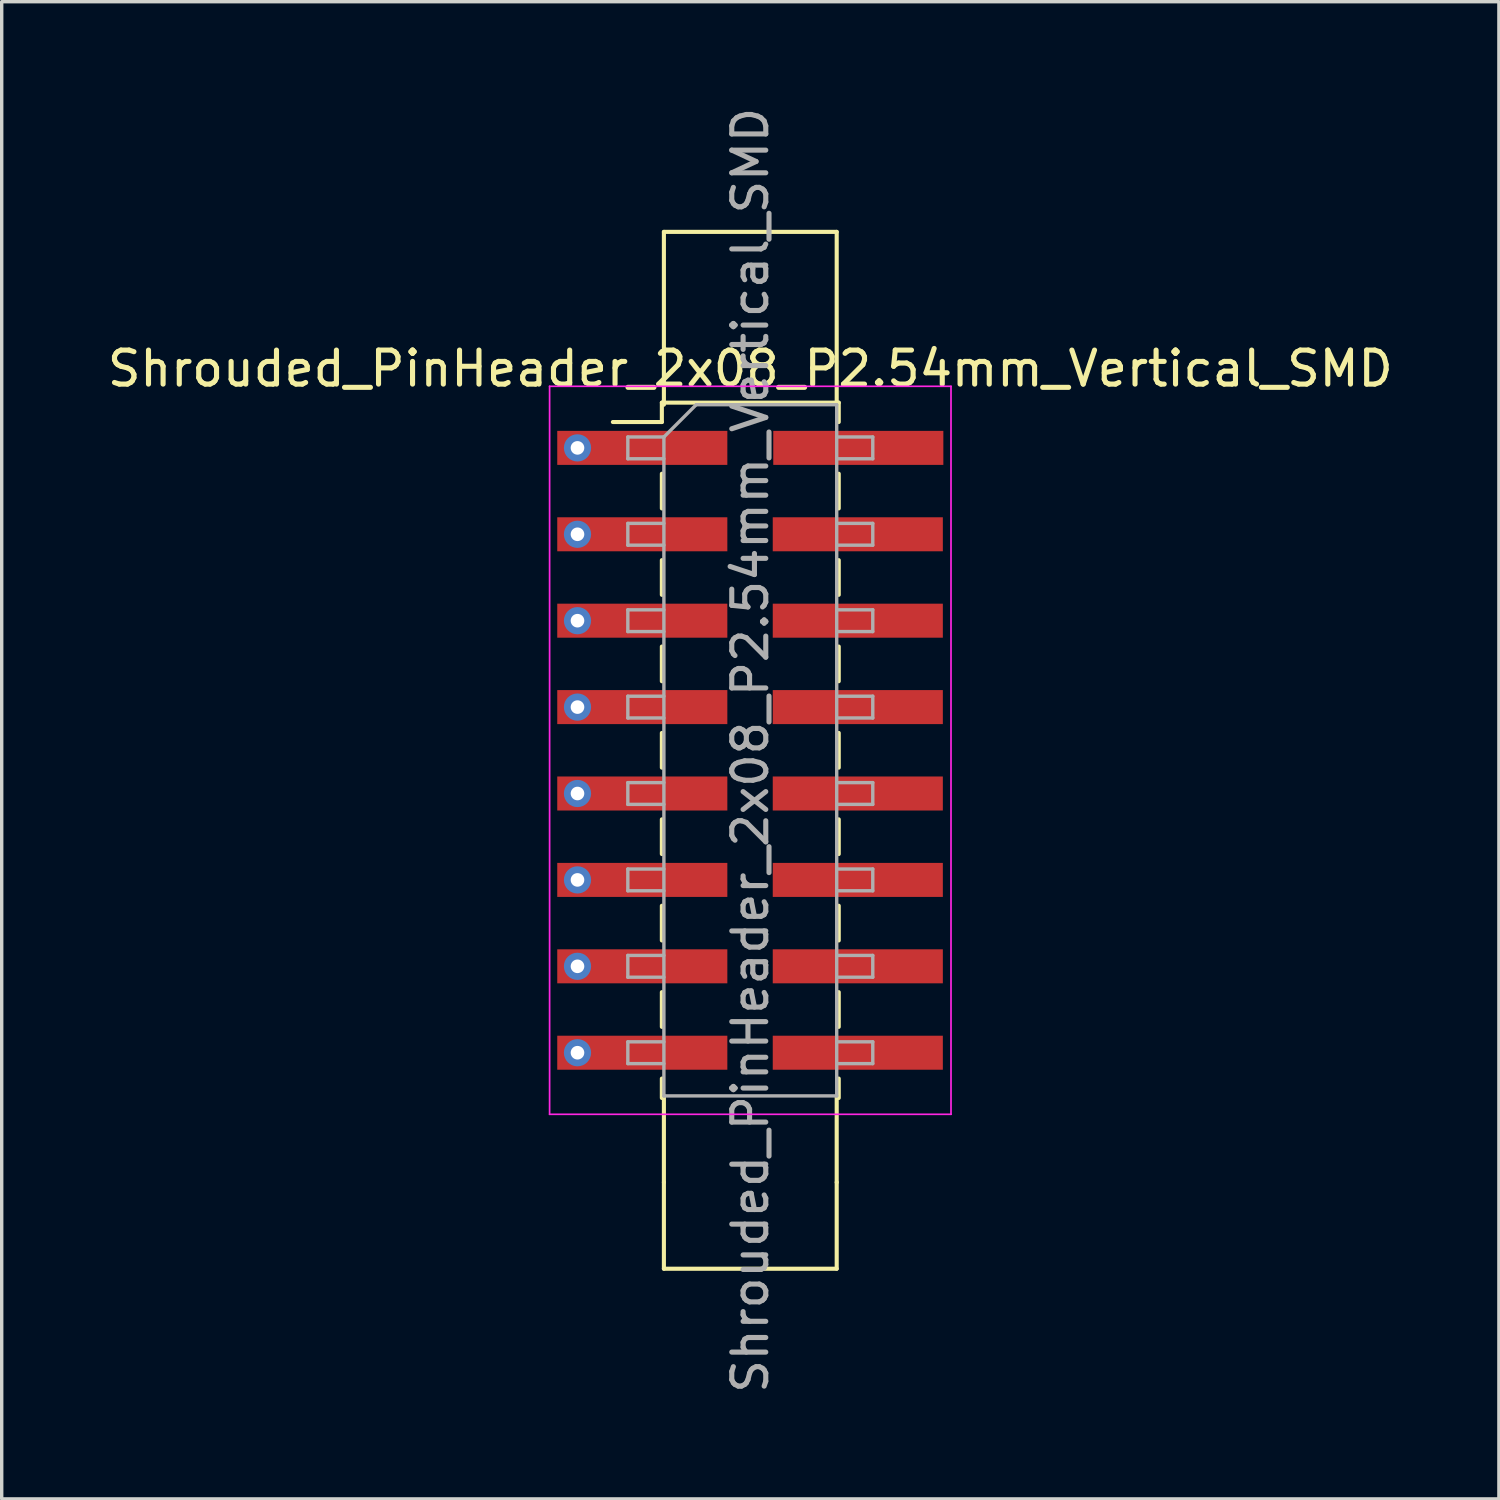
<source format=kicad_pcb>
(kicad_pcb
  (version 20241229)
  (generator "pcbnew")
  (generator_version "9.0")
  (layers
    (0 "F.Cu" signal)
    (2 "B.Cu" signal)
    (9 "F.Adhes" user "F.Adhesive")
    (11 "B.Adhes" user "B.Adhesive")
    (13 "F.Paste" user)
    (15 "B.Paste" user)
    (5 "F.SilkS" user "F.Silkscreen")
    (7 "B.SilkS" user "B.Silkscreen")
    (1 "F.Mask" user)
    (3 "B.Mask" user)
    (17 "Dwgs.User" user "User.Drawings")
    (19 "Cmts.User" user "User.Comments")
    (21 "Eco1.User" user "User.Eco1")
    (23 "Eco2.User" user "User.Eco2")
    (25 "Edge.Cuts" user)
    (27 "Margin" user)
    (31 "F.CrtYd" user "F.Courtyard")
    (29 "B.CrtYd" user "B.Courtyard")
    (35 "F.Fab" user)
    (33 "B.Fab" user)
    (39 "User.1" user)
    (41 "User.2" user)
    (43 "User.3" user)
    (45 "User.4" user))
  (footprint "Shrouded_PinHeader_2x08_P2.54mm_Vertical_SMD"
    (layer "F.Cu")
    (at 19.006 19.006)
    (property "Reference" "Shrouded_PinHeader_2x08_P2.54mm_Vertical_SMD" (at 0 -11.22 0) (layer "F.SilkS") (effects (font (size 1 1) (thickness 0.15))))
    (attr smd)
    (fp_line (start -4.04 -9.65) (end -2.6 -9.65) (stroke (width 0.12) (type solid)) (layer "F.SilkS"))
    (fp_line (start -2.6 -10.22) (end -2.6 -9.65) (stroke (width 0.12) (type solid)) (layer "F.SilkS"))
    (fp_line (start -2.6 -10.22) (end 2.6 -10.22) (stroke (width 0.12) (type solid)) (layer "F.SilkS"))
    (fp_line (start -2.6 -8.13) (end -2.6 -7.11) (stroke (width 0.12) (type solid)) (layer "F.SilkS"))
    (fp_line (start -2.6 -5.59) (end -2.6 -4.57) (stroke (width 0.12) (type solid)) (layer "F.SilkS"))
    (fp_line (start -2.6 -3.05) (end -2.6 -2.03) (stroke (width 0.12) (type solid)) (layer "F.SilkS"))
    (fp_line (start -2.6 -0.51) (end -2.6 0.51) (stroke (width 0.12) (type solid)) (layer "F.SilkS"))
    (fp_line (start -2.6 2.03) (end -2.6 3.05) (stroke (width 0.12) (type solid)) (layer "F.SilkS"))
    (fp_line (start -2.6 4.57) (end -2.6 5.59) (stroke (width 0.12) (type solid)) (layer "F.SilkS"))
    (fp_line (start -2.6 7.11) (end -2.6 8.13) (stroke (width 0.12) (type solid)) (layer "F.SilkS"))
    (fp_line (start -2.6 9.65) (end -2.6 10.22) (stroke (width 0.12) (type solid)) (layer "F.SilkS"))
    (fp_line (start -2.54 -15.24) (end -2.54 -10.16) (stroke (width 0.12) (type solid)) (layer "F.SilkS"))
    (fp_line (start -2.54 10.16) (end -2.54 12.7) (stroke (width 0.12) (type solid)) (layer "F.SilkS"))
    (fp_line (start -2.54 12.7) (end -2.54 15.24) (stroke (width 0.12) (type solid)) (layer "F.SilkS"))
    (fp_line (start -2.54 15.24) (end 2.54 15.24) (stroke (width 0.12) (type solid)) (layer "F.SilkS"))
    (fp_line (start 2.54 -15.24) (end -2.54 -15.24) (stroke (width 0.12) (type solid)) (layer "F.SilkS"))
    (fp_line (start 2.54 -10.16) (end 2.54 -15.24) (stroke (width 0.12) (type solid)) (layer "F.SilkS"))
    (fp_line (start 2.54 12.7) (end 2.54 10.16) (stroke (width 0.12) (type solid)) (layer "F.SilkS"))
    (fp_line (start 2.54 15.24) (end 2.54 12.7) (stroke (width 0.12) (type solid)) (layer "F.SilkS"))
    (fp_line (start 2.6 -10.22) (end 2.6 -9.65) (stroke (width 0.12) (type solid)) (layer "F.SilkS"))
    (fp_line (start 2.6 -8.13) (end 2.6 -7.11) (stroke (width 0.12) (type solid)) (layer "F.SilkS"))
    (fp_line (start 2.6 -5.59) (end 2.6 -4.57) (stroke (width 0.12) (type solid)) (layer "F.SilkS"))
    (fp_line (start 2.6 -3.05) (end 2.6 -2.03) (stroke (width 0.12) (type solid)) (layer "F.SilkS"))
    (fp_line (start 2.6 -0.51) (end 2.6 0.51) (stroke (width 0.12) (type solid)) (layer "F.SilkS"))
    (fp_line (start 2.6 2.03) (end 2.6 3.05) (stroke (width 0.12) (type solid)) (layer "F.SilkS"))
    (fp_line (start 2.6 4.57) (end 2.6 5.59) (stroke (width 0.12) (type solid)) (layer "F.SilkS"))
    (fp_line (start 2.6 7.11) (end 2.6 8.13) (stroke (width 0.12) (type solid)) (layer "F.SilkS"))
    (fp_line (start 2.6 9.65) (end 2.6 10.22) (stroke (width 0.12) (type solid)) (layer "F.SilkS"))
    (fp_line (start -5.9 -10.7) (end -5.9 10.7) (stroke (width 0.05) (type solid)) (layer "F.CrtYd"))
    (fp_line (start -5.9 10.7) (end 5.9 10.7) (stroke (width 0.05) (type solid)) (layer "F.CrtYd"))
    (fp_line (start 5.9 -10.7) (end -5.9 -10.7) (stroke (width 0.05) (type solid)) (layer "F.CrtYd"))
    (fp_line (start 5.9 10.7) (end 5.9 -10.7) (stroke (width 0.05) (type solid)) (layer "F.CrtYd"))
    (fp_line (start -3.6 -9.21) (end -3.6 -8.57) (stroke (width 0.1) (type solid)) (layer "F.Fab"))
    (fp_line (start -3.6 -8.57) (end -2.54 -8.57) (stroke (width 0.1) (type solid)) (layer "F.Fab"))
    (fp_line (start -3.6 -6.67) (end -3.6 -6.03) (stroke (width 0.1) (type solid)) (layer "F.Fab"))
    (fp_line (start -3.6 -6.03) (end -2.54 -6.03) (stroke (width 0.1) (type solid)) (layer "F.Fab"))
    (fp_line (start -3.6 -4.13) (end -3.6 -3.49) (stroke (width 0.1) (type solid)) (layer "F.Fab"))
    (fp_line (start -3.6 -3.49) (end -2.54 -3.49) (stroke (width 0.1) (type solid)) (layer "F.Fab"))
    (fp_line (start -3.6 -1.59) (end -3.6 -0.95) (stroke (width 0.1) (type solid)) (layer "F.Fab"))
    (fp_line (start -3.6 -0.95) (end -2.54 -0.95) (stroke (width 0.1) (type solid)) (layer "F.Fab"))
    (fp_line (start -3.6 0.95) (end -3.6 1.59) (stroke (width 0.1) (type solid)) (layer "F.Fab"))
    (fp_line (start -3.6 1.59) (end -2.54 1.59) (stroke (width 0.1) (type solid)) (layer "F.Fab"))
    (fp_line (start -3.6 3.49) (end -3.6 4.13) (stroke (width 0.1) (type solid)) (layer "F.Fab"))
    (fp_line (start -3.6 4.13) (end -2.54 4.13) (stroke (width 0.1) (type solid)) (layer "F.Fab"))
    (fp_line (start -3.6 6.03) (end -3.6 6.67) (stroke (width 0.1) (type solid)) (layer "F.Fab"))
    (fp_line (start -3.6 6.67) (end -2.54 6.67) (stroke (width 0.1) (type solid)) (layer "F.Fab"))
    (fp_line (start -3.6 8.57) (end -3.6 9.21) (stroke (width 0.1) (type solid)) (layer "F.Fab"))
    (fp_line (start -3.6 9.21) (end -2.54 9.21) (stroke (width 0.1) (type solid)) (layer "F.Fab"))
    (fp_line (start -2.54 -9.21) (end -3.6 -9.21) (stroke (width 0.1) (type solid)) (layer "F.Fab"))
    (fp_line (start -2.54 -9.21) (end -1.59 -10.16) (stroke (width 0.1) (type solid)) (layer "F.Fab"))
    (fp_line (start -2.54 -6.67) (end -3.6 -6.67) (stroke (width 0.1) (type solid)) (layer "F.Fab"))
    (fp_line (start -2.54 -4.13) (end -3.6 -4.13) (stroke (width 0.1) (type solid)) (layer "F.Fab"))
    (fp_line (start -2.54 -1.59) (end -3.6 -1.59) (stroke (width 0.1) (type solid)) (layer "F.Fab"))
    (fp_line (start -2.54 0.95) (end -3.6 0.95) (stroke (width 0.1) (type solid)) (layer "F.Fab"))
    (fp_line (start -2.54 3.49) (end -3.6 3.49) (stroke (width 0.1) (type solid)) (layer "F.Fab"))
    (fp_line (start -2.54 6.03) (end -3.6 6.03) (stroke (width 0.1) (type solid)) (layer "F.Fab"))
    (fp_line (start -2.54 8.57) (end -3.6 8.57) (stroke (width 0.1) (type solid)) (layer "F.Fab"))
    (fp_line (start -2.54 10.16) (end -2.54 -9.21) (stroke (width 0.1) (type solid)) (layer "F.Fab"))
    (fp_line (start -1.59 -10.16) (end 2.54 -10.16) (stroke (width 0.1) (type solid)) (layer "F.Fab"))
    (fp_line (start 2.54 -10.16) (end 2.54 10.16) (stroke (width 0.1) (type solid)) (layer "F.Fab"))
    (fp_line (start 2.54 -9.21) (end 3.6 -9.21) (stroke (width 0.1) (type solid)) (layer "F.Fab"))
    (fp_line (start 2.54 -6.67) (end 3.6 -6.67) (stroke (width 0.1) (type solid)) (layer "F.Fab"))
    (fp_line (start 2.54 -4.13) (end 3.6 -4.13) (stroke (width 0.1) (type solid)) (layer "F.Fab"))
    (fp_line (start 2.54 -1.59) (end 3.6 -1.59) (stroke (width 0.1) (type solid)) (layer "F.Fab"))
    (fp_line (start 2.54 0.95) (end 3.6 0.95) (stroke (width 0.1) (type solid)) (layer "F.Fab"))
    (fp_line (start 2.54 3.49) (end 3.6 3.49) (stroke (width 0.1) (type solid)) (layer "F.Fab"))
    (fp_line (start 2.54 6.03) (end 3.6 6.03) (stroke (width 0.1) (type solid)) (layer "F.Fab"))
    (fp_line (start 2.54 8.57) (end 3.6 8.57) (stroke (width 0.1) (type solid)) (layer "F.Fab"))
    (fp_line (start 2.54 10.16) (end -2.54 10.16) (stroke (width 0.1) (type solid)) (layer "F.Fab"))
    (fp_line (start 3.6 -9.21) (end 3.6 -8.57) (stroke (width 0.1) (type solid)) (layer "F.Fab"))
    (fp_line (start 3.6 -8.57) (end 2.54 -8.57) (stroke (width 0.1) (type solid)) (layer "F.Fab"))
    (fp_line (start 3.6 -6.67) (end 3.6 -6.03) (stroke (width 0.1) (type solid)) (layer "F.Fab"))
    (fp_line (start 3.6 -6.03) (end 2.54 -6.03) (stroke (width 0.1) (type solid)) (layer "F.Fab"))
    (fp_line (start 3.6 -4.13) (end 3.6 -3.49) (stroke (width 0.1) (type solid)) (layer "F.Fab"))
    (fp_line (start 3.6 -3.49) (end 2.54 -3.49) (stroke (width 0.1) (type solid)) (layer "F.Fab"))
    (fp_line (start 3.6 -1.59) (end 3.6 -0.95) (stroke (width 0.1) (type solid)) (layer "F.Fab"))
    (fp_line (start 3.6 -0.95) (end 2.54 -0.95) (stroke (width 0.1) (type solid)) (layer "F.Fab"))
    (fp_line (start 3.6 0.95) (end 3.6 1.59) (stroke (width 0.1) (type solid)) (layer "F.Fab"))
    (fp_line (start 3.6 1.59) (end 2.54 1.59) (stroke (width 0.1) (type solid)) (layer "F.Fab"))
    (fp_line (start 3.6 3.49) (end 3.6 4.13) (stroke (width 0.1) (type solid)) (layer "F.Fab"))
    (fp_line (start 3.6 4.13) (end 2.54 4.13) (stroke (width 0.1) (type solid)) (layer "F.Fab"))
    (fp_line (start 3.6 6.03) (end 3.6 6.67) (stroke (width 0.1) (type solid)) (layer "F.Fab"))
    (fp_line (start 3.6 6.67) (end 2.54 6.67) (stroke (width 0.1) (type solid)) (layer "F.Fab"))
    (fp_line (start 3.6 8.57) (end 3.6 9.21) (stroke (width 0.1) (type solid)) (layer "F.Fab"))
    (fp_line (start 3.6 9.21) (end 2.54 9.21) (stroke (width 0.1) (type solid)) (layer "F.Fab"))
    (fp_text user "${REFERENCE}" (at 0 0 270) (layer "F.Fab") (effects (font (size 1 1) (thickness 0.15))))
    (pad "1" thru_hole circle (at -5.08 -8.89) (size 0.8 0.8) (drill 0.4) (layers "*.Cu" "F.Mask"))
    (pad "1" smd rect (at -3.175 -8.89) (size 5 1) (layers "F.Cu" "F.Mask" "F.Paste"))
    (pad "2" smd rect (at 3.175 -8.89) (size 5 1) (layers "F.Cu" "F.Mask" "F.Paste"))
    (pad "3" thru_hole circle (at -5.08 -6.35) (size 0.8 0.8) (drill 0.4) (layers "*.Cu" "F.Mask"))
    (pad "3" smd rect (at -3.175 -6.35) (size 5 1) (layers "F.Cu" "F.Mask" "F.Paste"))
    (pad "4" smd rect (at 3.16 -6.35) (size 5 1) (layers "F.Cu" "F.Mask" "F.Paste"))
    (pad "5" thru_hole circle (at -5.08 -3.81) (size 0.8 0.8) (drill 0.4) (layers "*.Cu" "F.Mask"))
    (pad "5" smd rect (at -3.175 -3.81) (size 5 1) (layers "F.Cu" "F.Mask" "F.Paste"))
    (pad "6" smd rect (at 3.16 -3.81) (size 5 1) (layers "F.Cu" "F.Mask" "F.Paste"))
    (pad "7" thru_hole circle (at -5.08 -1.27) (size 0.8 0.8) (drill 0.4) (layers "*.Cu" "F.Mask"))
    (pad "7" smd rect (at -3.175 -1.27) (size 5 1) (layers "F.Cu" "F.Mask" "F.Paste"))
    (pad "8" smd rect (at 3.16 -1.27) (size 5 1) (layers "F.Cu" "F.Mask" "F.Paste"))
    (pad "9" thru_hole circle (at -5.08 1.27) (size 0.8 0.8) (drill 0.4) (layers "*.Cu" "F.Mask"))
    (pad "9" smd rect (at -3.175 1.27) (size 5 1) (layers "F.Cu" "F.Mask" "F.Paste"))
    (pad "10" smd rect (at 3.16 1.27) (size 5 1) (layers "F.Cu" "F.Mask" "F.Paste"))
    (pad "11" thru_hole circle (at -5.08 3.81) (size 0.8 0.8) (drill 0.4) (layers "*.Cu" "F.Mask"))
    (pad "11" smd rect (at -3.175 3.81) (size 5 1) (layers "F.Cu" "F.Mask" "F.Paste"))
    (pad "12" smd rect (at 3.16 3.81) (size 5 1) (layers "F.Cu" "F.Mask" "F.Paste"))
    (pad "13" thru_hole circle (at -5.08 6.35) (size 0.8 0.8) (drill 0.4) (layers "*.Cu" "F.Mask"))
    (pad "13" smd rect (at -3.175 6.35) (size 5 1) (layers "F.Cu" "F.Mask" "F.Paste"))
    (pad "14" smd rect (at 3.16 6.35) (size 5 1) (layers "F.Cu" "F.Mask" "F.Paste"))
    (pad "15" thru_hole circle (at -5.08 8.89) (size 0.8 0.8) (drill 0.4) (layers "*.Cu" "F.Mask"))
    (pad "15" smd rect (at -3.175 8.89) (size 5 1) (layers "F.Cu" "F.Mask" "F.Paste"))
    (pad "16" smd rect (at 3.16 8.89) (size 5 1) (layers "F.Cu" "F.Mask" "F.Paste")))
  (gr_rect
    (start -3 -3)
    (end 41.012 41.012)
    (stroke (width 0.1) (type default))
    (fill no)
    (layer "Edge.Cuts")))
</source>
